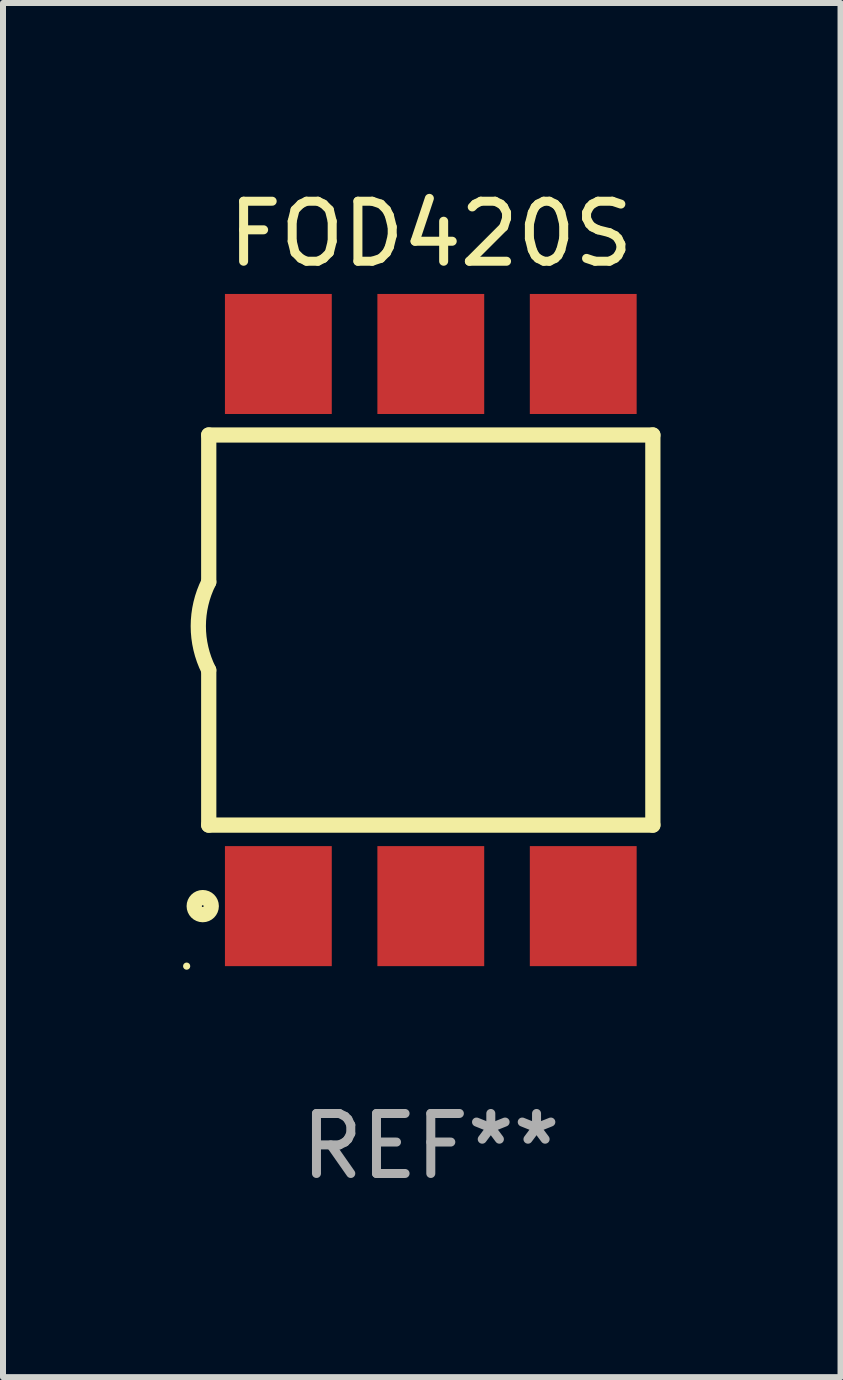
<source format=kicad_pcb>
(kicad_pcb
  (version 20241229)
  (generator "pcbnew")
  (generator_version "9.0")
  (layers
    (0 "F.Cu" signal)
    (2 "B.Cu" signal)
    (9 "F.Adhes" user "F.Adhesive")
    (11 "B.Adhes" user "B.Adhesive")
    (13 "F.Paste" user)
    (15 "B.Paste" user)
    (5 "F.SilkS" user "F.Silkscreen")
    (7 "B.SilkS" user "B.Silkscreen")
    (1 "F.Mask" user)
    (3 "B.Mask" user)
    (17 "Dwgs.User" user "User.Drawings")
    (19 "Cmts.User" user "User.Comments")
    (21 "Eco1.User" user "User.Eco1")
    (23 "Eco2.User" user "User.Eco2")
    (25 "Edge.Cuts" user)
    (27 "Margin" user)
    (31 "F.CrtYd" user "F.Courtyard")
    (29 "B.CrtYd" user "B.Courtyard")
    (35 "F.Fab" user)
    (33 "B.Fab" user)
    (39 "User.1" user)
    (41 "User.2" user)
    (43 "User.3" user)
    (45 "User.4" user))
  (footprint "FOD420S"
    (layer "F.Cu")
    (at 4.128 7.448)
    (property "Reference" "FOD420S" (at 0 -6.6 0) (layer "F.SilkS") (effects (font (size 1 1) (thickness 0.15))))
    (attr through_hole)
    (fp_line (start -3.7 -3.25) (end -3.7 -0.8) (stroke (width 0.254) (type solid)) (layer "F.SilkS"))
    (fp_line (start -3.7 -3.25) (end 3.7 -3.25) (stroke (width 0.254) (type solid)) (layer "F.SilkS"))
    (fp_line (start -3.7 3.25) (end -3.7 0.669) (stroke (width 0.254) (type solid)) (layer "F.SilkS"))
    (fp_line (start 3.7 -3.25) (end 3.7 3.25) (stroke (width 0.254) (type solid)) (layer "F.SilkS"))
    (fp_line (start 3.7 3.25) (end -3.7 3.25) (stroke (width 0.254) (type solid)) (layer "F.SilkS"))
    (fp_arc (start -3.700787 0.668021) (mid -3.873795 -0.066082) (end -3.7 -0.8) (stroke (width 0.254001) (type solid)) (layer "F.SilkS"))
    (fp_circle (center -4.068 5.6) (end -4.038 5.6) (stroke (width 0.06) (type solid)) (fill no) (layer "F.SilkS"))
    (fp_circle (center -3.8 4.6) (end -3.658 4.6) (stroke (width 0.254) (type solid)) (fill no) (layer "F.SilkS"))
    (fp_text user "REF**" (at 0 8.6 0) (layer "F.Fab") (effects (font (size 1 1) (thickness 0.15))))
    (pad "1" smd rect (at -2.54 4.6) (size 1.78 2) (layers "F.Cu" "F.Mask" "F.Paste"))
    (pad "2" smd rect (at 0 4.6) (size 1.78 2) (layers "F.Cu" "F.Mask" "F.Paste"))
    (pad "3" smd rect (at 2.54 4.6) (size 1.78 2) (layers "F.Cu" "F.Mask" "F.Paste"))
    (pad "4" smd rect (at 2.54 -4.6) (size 1.78 2) (layers "F.Cu" "F.Mask" "F.Paste"))
    (pad "5" smd rect (at 0 -4.6) (size 1.78 2) (layers "F.Cu" "F.Mask" "F.Paste"))
    (pad "6" smd rect (at -2.54 -4.6) (size 1.78 2) (layers "F.Cu" "F.Mask" "F.Paste")))
  (gr_rect
    (start -3 -3)
    (end 10.955 19.896)
    (stroke (width 0.1) (type default))
    (fill no)
    (layer "Edge.Cuts")))
</source>
